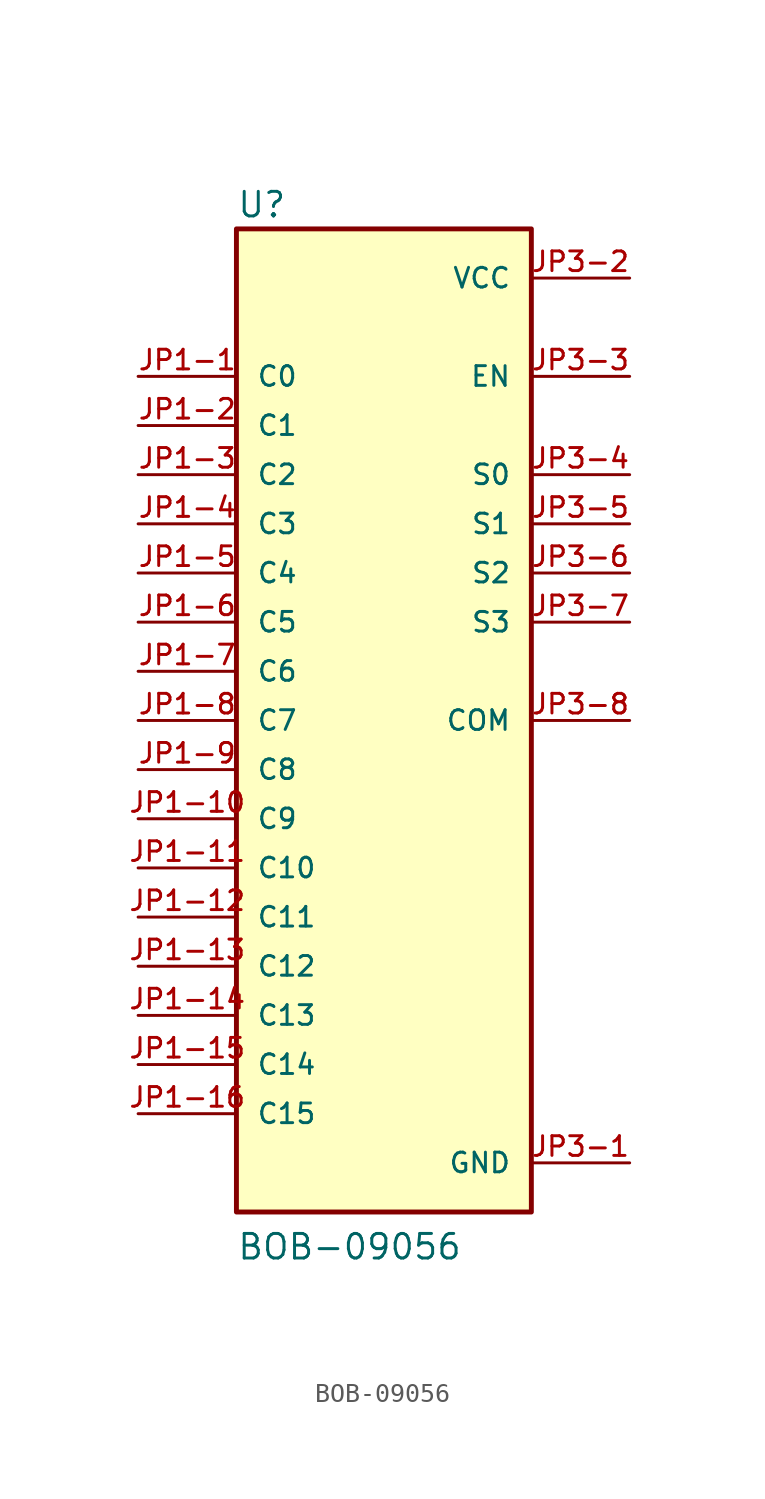
<source format=kicad_sym>
(kicad_symbol_lib
  (version 20211014)
  (generator kicad_symbol_editor)
  (symbol "BOB-09056"
    (pin_names
      (offset 1.016))
    (property "Reference" "U"
      (at -7.62 25.908 0)
      (effects (font (size 1.27 1.27)) (justify bottom left)))
    (property "Value" "BOB-09056"
      (at -7.62 -27.94 0)
      (effects (font (size 1.27 1.27)) (justify bottom left)))
    (symbol "BOB-09056_0_0"
      (rectangle (start -7.62 -25.4) (end 7.62 25.4) (stroke (width 0.254)) (fill (type background)))
      (pin power_in line (at 12.7 -22.86 180.0) (length 5.08) (name "GND" (effects (font (size 1.016 1.016)))) (number "JP3-1" (effects (font (size 1.016 1.016)))))
      (pin power_in line (at 12.7 22.86 180.0) (length 5.08) (name "VCC" (effects (font (size 1.016 1.016)))) (number "JP3-2" (effects (font (size 1.016 1.016)))))
      (pin input line (at 12.7 17.78 180.0) (length 5.08) (name "EN" (effects (font (size 1.016 1.016)))) (number "JP3-3" (effects (font (size 1.016 1.016)))))
      (pin input line (at 12.7 12.7 180.0) (length 5.08) (name "S0" (effects (font (size 1.016 1.016)))) (number "JP3-4" (effects (font (size 1.016 1.016)))))
      (pin input line (at 12.7 10.16 180.0) (length 5.08) (name "S1" (effects (font (size 1.016 1.016)))) (number "JP3-5" (effects (font (size 1.016 1.016)))))
      (pin input line (at 12.7 7.62 180.0) (length 5.08) (name "S2" (effects (font (size 1.016 1.016)))) (number "JP3-6" (effects (font (size 1.016 1.016)))))
      (pin input line (at 12.7 5.08 180.0) (length 5.08) (name "S3" (effects (font (size 1.016 1.016)))) (number "JP3-7" (effects (font (size 1.016 1.016)))))
      (pin bidirectional line (at 12.7 0.0 180.0) (length 5.08) (name "COM" (effects (font (size 1.016 1.016)))) (number "JP3-8" (effects (font (size 1.016 1.016)))))
      (pin input line (at -12.7 17.78 0) (length 5.08) (name "C0" (effects (font (size 1.016 1.016)))) (number "JP1-1" (effects (font (size 1.016 1.016)))))
      (pin input line (at -12.7 15.24 0) (length 5.08) (name "C1" (effects (font (size 1.016 1.016)))) (number "JP1-2" (effects (font (size 1.016 1.016)))))
      (pin input line (at -12.7 12.7 0) (length 5.08) (name "C2" (effects (font (size 1.016 1.016)))) (number "JP1-3" (effects (font (size 1.016 1.016)))))
      (pin input line (at -12.7 10.16 0) (length 5.08) (name "C3" (effects (font (size 1.016 1.016)))) (number "JP1-4" (effects (font (size 1.016 1.016)))))
      (pin input line (at -12.7 7.62 0) (length 5.08) (name "C4" (effects (font (size 1.016 1.016)))) (number "JP1-5" (effects (font (size 1.016 1.016)))))
      (pin input line (at -12.7 5.08 0) (length 5.08) (name "C5" (effects (font (size 1.016 1.016)))) (number "JP1-6" (effects (font (size 1.016 1.016)))))
      (pin input line (at -12.7 2.54 0) (length 5.08) (name "C6" (effects (font (size 1.016 1.016)))) (number "JP1-7" (effects (font (size 1.016 1.016)))))
      (pin input line (at -12.7 0.0 0) (length 5.08) (name "C7" (effects (font (size 1.016 1.016)))) (number "JP1-8" (effects (font (size 1.016 1.016)))))
      (pin input line (at -12.7 -2.54 0) (length 5.08) (name "C8" (effects (font (size 1.016 1.016)))) (number "JP1-9" (effects (font (size 1.016 1.016)))))
      (pin input line (at -12.7 -5.08 0) (length 5.08) (name "C9" (effects (font (size 1.016 1.016)))) (number "JP1-10" (effects (font (size 1.016 1.016)))))
      (pin input line (at -12.7 -7.62 0) (length 5.08) (name "C10" (effects (font (size 1.016 1.016)))) (number "JP1-11" (effects (font (size 1.016 1.016)))))
      (pin input line (at -12.7 -10.16 0) (length 5.08) (name "C11" (effects (font (size 1.016 1.016)))) (number "JP1-12" (effects (font (size 1.016 1.016)))))
      (pin input line (at -12.7 -12.7 0) (length 5.08) (name "C12" (effects (font (size 1.016 1.016)))) (number "JP1-13" (effects (font (size 1.016 1.016)))))
      (pin input line (at -12.7 -15.24 0) (length 5.08) (name "C13" (effects (font (size 1.016 1.016)))) (number "JP1-14" (effects (font (size 1.016 1.016)))))
      (pin input line (at -12.7 -17.78 0) (length 5.08) (name "C14" (effects (font (size 1.016 1.016)))) (number "JP1-15" (effects (font (size 1.016 1.016)))))
      (pin input line (at -12.7 -20.32 0) (length 5.08) (name "C15" (effects (font (size 1.016 1.016)))) (number "JP1-16" (effects (font (size 1.016 1.016))))))))
</source>
